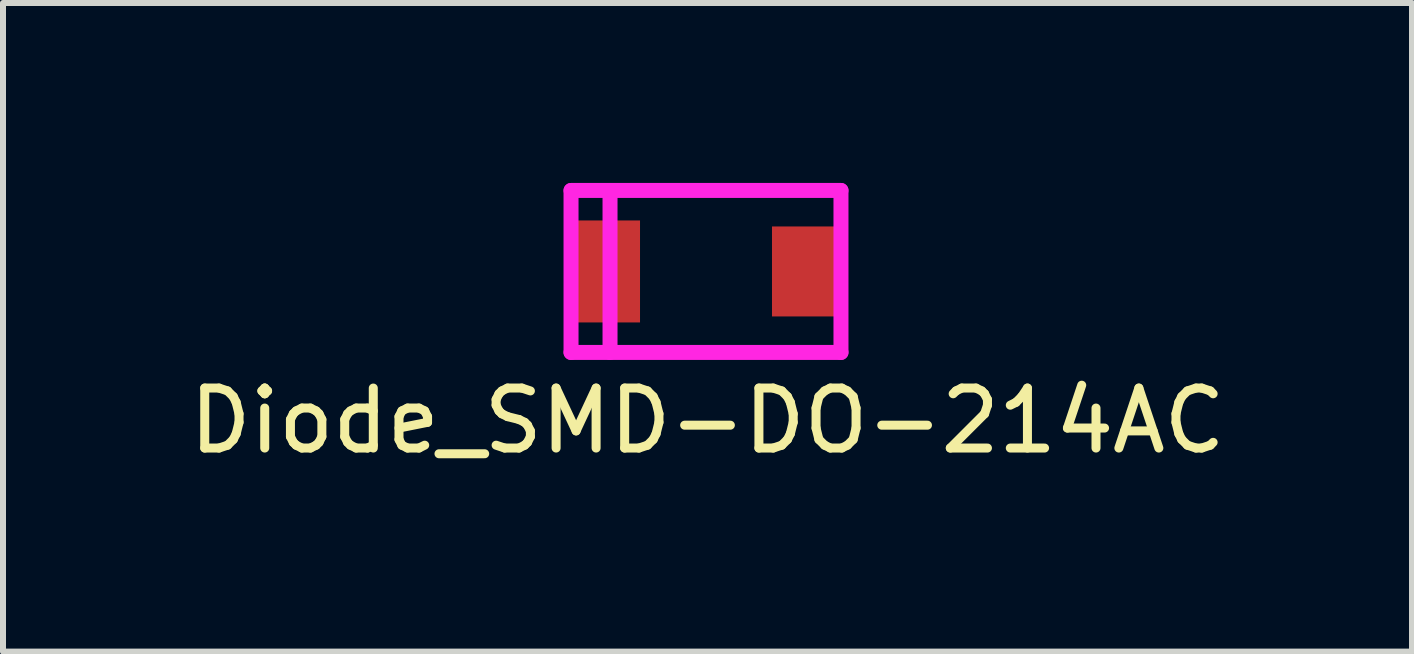
<source format=kicad_pcb>
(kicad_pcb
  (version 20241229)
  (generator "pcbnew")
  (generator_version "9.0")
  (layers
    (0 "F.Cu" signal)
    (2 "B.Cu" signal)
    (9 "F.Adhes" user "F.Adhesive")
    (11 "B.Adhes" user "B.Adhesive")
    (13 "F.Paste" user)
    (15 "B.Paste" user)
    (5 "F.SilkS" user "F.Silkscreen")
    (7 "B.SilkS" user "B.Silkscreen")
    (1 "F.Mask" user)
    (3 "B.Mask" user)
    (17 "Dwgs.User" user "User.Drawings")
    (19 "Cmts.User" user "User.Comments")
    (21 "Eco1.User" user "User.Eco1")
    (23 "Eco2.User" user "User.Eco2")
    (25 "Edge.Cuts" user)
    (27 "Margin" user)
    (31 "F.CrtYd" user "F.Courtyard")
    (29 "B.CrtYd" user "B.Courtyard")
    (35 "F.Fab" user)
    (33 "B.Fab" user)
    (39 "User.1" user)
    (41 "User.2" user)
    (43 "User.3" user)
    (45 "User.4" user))
  (footprint "Diode_SMD-DO-214AC"
    (layer "F.Cu")
    (at 8.719 1.475)
    (property "Reference" "Diode_SMD-DO-214AC" (at 0.025 2.489 0) (layer "F.SilkS") (effects (font (size 1 1) (thickness 0.15))))
    (attr through_hole)
    (fp_line (start -2.25 -1.35) (end 2.25 -1.35) (stroke (width 0.25) (type solid)) (layer "F.CrtYd"))
    (fp_line (start -2.25 1.35) (end -2.25 -1.35) (stroke (width 0.25) (type solid)) (layer "F.CrtYd"))
    (fp_line (start -2.25 1.35) (end 2.25 1.35) (stroke (width 0.25) (type solid)) (layer "F.CrtYd"))
    (fp_line (start -1.6 1.35) (end -1.6 -1.35) (stroke (width 0.25) (type solid)) (layer "F.CrtYd"))
    (fp_line (start 2.25 1.35) (end 2.25 -1.35) (stroke (width 0.25) (type solid)) (layer "F.CrtYd"))
    (pad "A" smd rect (at 1.7 0) (size 1.2 1.5) (layers "F.Cu" "F.Mask" "F.Paste"))
    (pad "K" smd rect (at -1.7 0) (size 1.2 1.7) (layers "F.Cu" "F.Mask" "F.Paste")))
  (gr_rect
    (start -3 -3)
    (end 20.488 7.812)
    (stroke (width 0.1) (type default))
    (fill no)
    (layer "Edge.Cuts")))
</source>
